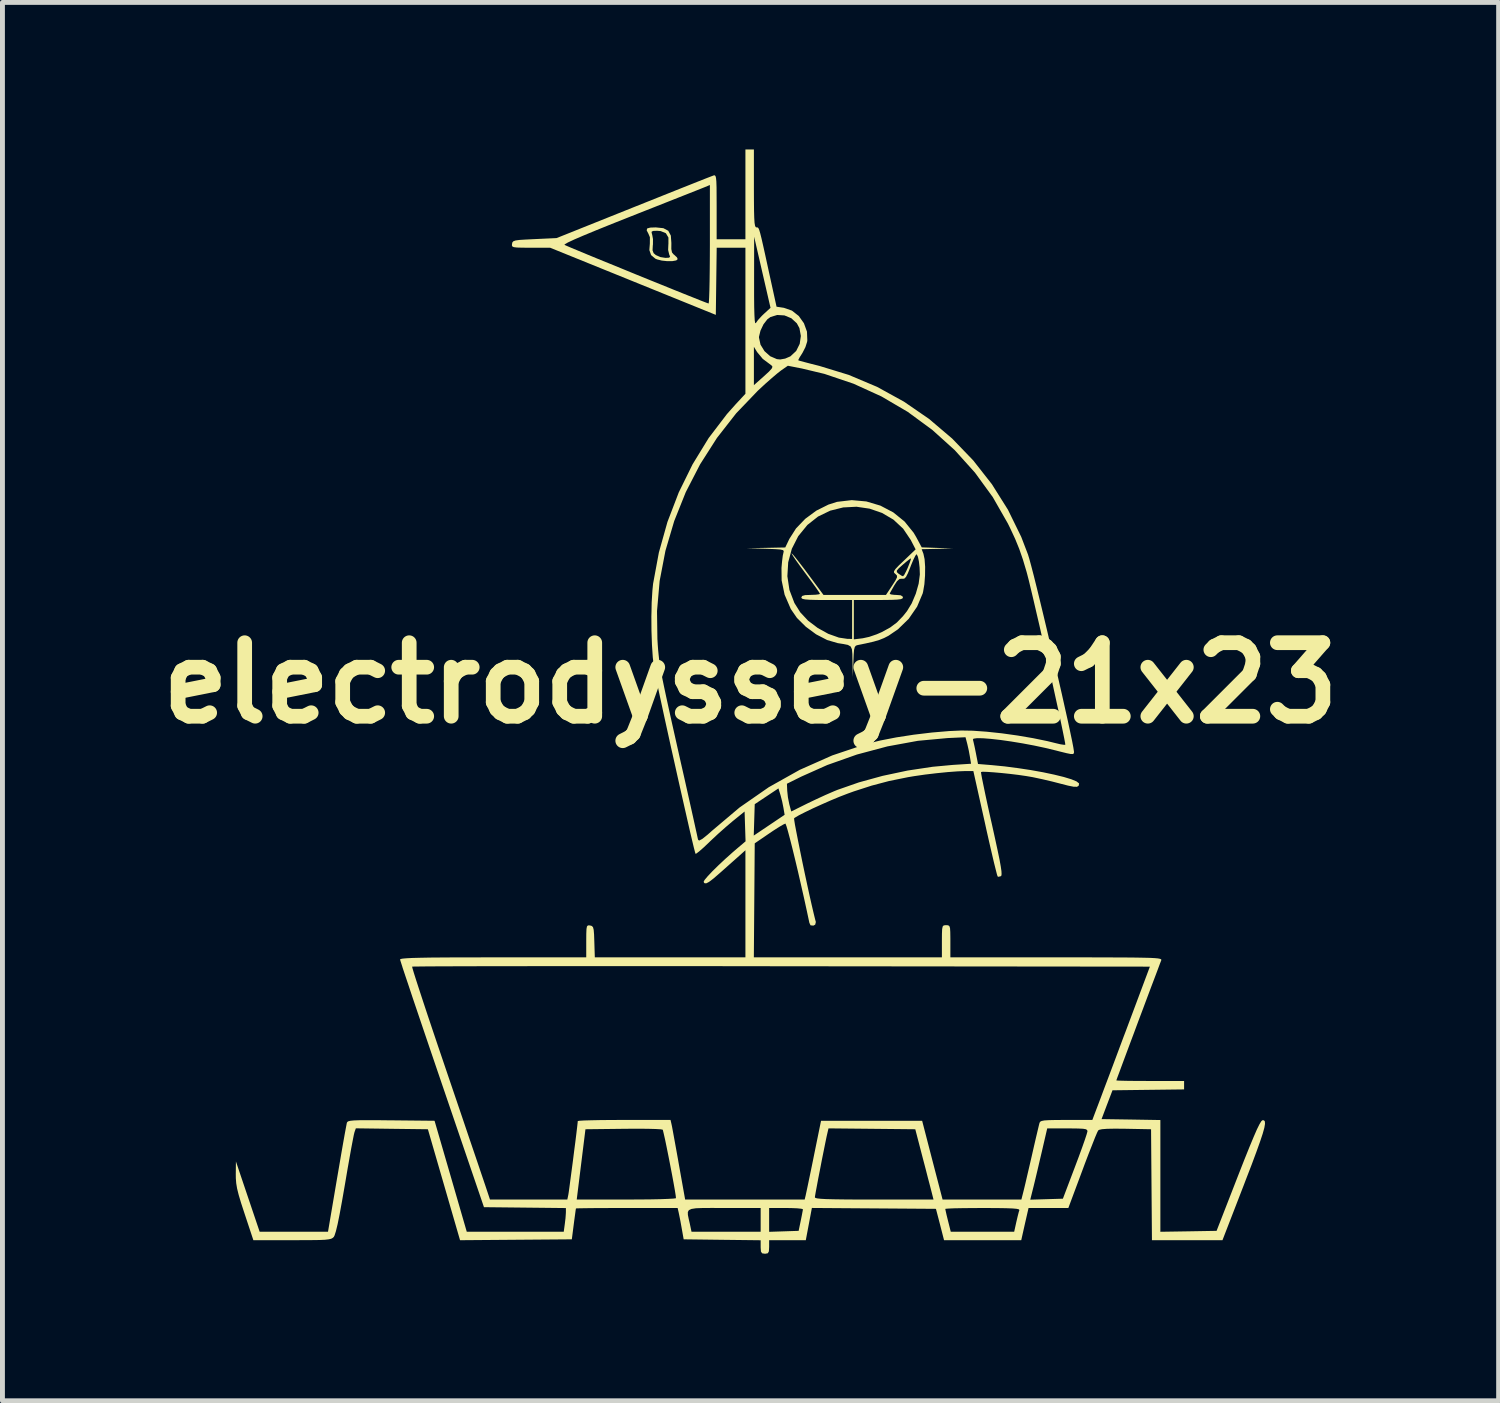
<source format=kicad_pcb>
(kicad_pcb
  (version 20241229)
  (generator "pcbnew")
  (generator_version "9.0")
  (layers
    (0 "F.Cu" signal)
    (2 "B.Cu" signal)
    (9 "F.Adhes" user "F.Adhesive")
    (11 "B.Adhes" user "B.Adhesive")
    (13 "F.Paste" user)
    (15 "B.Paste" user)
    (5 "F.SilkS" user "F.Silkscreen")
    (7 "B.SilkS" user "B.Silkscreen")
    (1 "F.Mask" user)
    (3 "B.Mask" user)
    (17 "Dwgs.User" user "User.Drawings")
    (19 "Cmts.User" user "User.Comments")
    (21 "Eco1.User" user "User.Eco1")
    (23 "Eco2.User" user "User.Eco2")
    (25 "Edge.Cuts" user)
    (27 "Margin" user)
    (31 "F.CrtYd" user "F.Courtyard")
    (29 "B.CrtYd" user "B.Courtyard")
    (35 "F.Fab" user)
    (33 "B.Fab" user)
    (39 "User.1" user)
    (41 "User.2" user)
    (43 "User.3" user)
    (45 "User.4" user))
  (footprint "electrodyssey-21x23"
    (layer "F.Cu")
    (at 12.264 10.886)
    (property "Reference" "electrodyssey-21x23" (at 0 0 0) (layer "F.SilkS") (effects (font (size 1.5 1.5) (thickness 0.3))))
    (attr board_only exclude_from_pos_files exclude_from_bom)
    (fp_poly (pts (xy -1.778 -9.28) (xy -1.678 -9.227) (xy -1.626 -9.129) (xy -1.615 -8.979) (xy -1.615 -8.971) (xy -1.616 -8.854) (xy -1.602 -8.785) (xy -1.567 -8.743) (xy -1.555 -8.735) (xy -1.501 -8.684) (xy -1.486 -8.648) (xy -1.516 -8.622) (xy -1.594 -8.608) (xy -1.699 -8.607) (xy -1.81 -8.619) (xy -1.907 -8.643) (xy -1.942 -8.658) (xy -2.029 -8.731) (xy -2.064 -8.833) (xy -2.054 -8.966) (xy -2.053 -9.096) (xy -2.085 -9.171) (xy -2.103 -9.205) (xy -2.02 -9.205) (xy -2.011 -9.16) (xy -2.006 -9.145) (xy -1.99 -9.057) (xy -1.991 -8.946) (xy -1.994 -8.925) (xy -1.999 -8.829) (xy -1.977 -8.77) (xy -1.931 -8.731) (xy -1.838 -8.69) (xy -1.736 -8.674) (xy -1.661 -8.678) (xy -1.641 -8.699) (xy -1.66 -8.746) (xy -1.681 -8.835) (xy -1.676 -8.954) (xy -1.675 -8.955) (xy -1.675 -9.089) (xy -1.727 -9.177) (xy -1.833 -9.221) (xy -1.905 -9.227) (xy -1.989 -9.224) (xy -2.02 -9.205) (xy -2.103 -9.205) (xy -2.119 -9.237) (xy -2.108 -9.275) (xy -2.045 -9.292) (xy -1.933 -9.296)) (stroke (width 0) (type solid)) (fill yes) (layer "F.SilkS"))
    (fp_poly (pts (xy 2.364 -3.704) (xy 2.65 -3.619) (xy 2.913 -3.481) (xy 3.143 -3.295) (xy 3.329 -3.065) (xy 3.383 -2.973) (xy 3.493 -2.767) (xy 3.811 -2.756) (xy 4.13 -2.744) (xy 3.811 -2.737) (xy 3.492 -2.73) (xy 3.528 -2.637) (xy 3.552 -2.526) (xy 3.563 -2.37) (xy 3.561 -2.193) (xy 3.548 -2.016) (xy 3.522 -1.864) (xy 3.513 -1.827) (xy 3.399 -1.557) (xy 3.228 -1.309) (xy 3.008 -1.095) (xy 2.816 -0.964) (xy 2.725 -0.917) (xy 2.628 -0.878) (xy 2.509 -0.843) (xy 2.351 -0.807) (xy 2.187 -0.774) (xy 2.151 -0.762) (xy 2.128 -0.735) (xy 2.113 -0.678) (xy 2.105 -0.577) (xy 2.099 -0.44) (xy 2.088 -0.121) (xy 2.081 -0.44) (xy 2.078 -0.591) (xy 2.069 -0.688) (xy 2.044 -0.744) (xy 1.99 -0.775) (xy 1.896 -0.795) (xy 1.78 -0.813) (xy 1.562 -0.877) (xy 1.338 -0.993) (xy 1.128 -1.148) (xy 0.947 -1.328) (xy 0.822 -1.509) (xy 0.696 -1.801) (xy 0.635 -2.093) (xy 0.634 -2.179) (xy 0.752 -2.179) (xy 0.794 -1.899) (xy 0.895 -1.633) (xy 1.015 -1.442) (xy 1.175 -1.271) (xy 1.372 -1.122) (xy 1.587 -1.003) (xy 1.803 -0.926) (xy 1.978 -0.9) (xy 2.073 -0.899) (xy 2.073 -1.296) (xy 2.073 -1.693) (xy 2.108 -1.693) (xy 2.108 -1.291) (xy 2.108 -0.89) (xy 2.289 -0.912) (xy 2.422 -0.941) (xy 2.574 -0.993) (xy 2.678 -1.038) (xy 2.851 -1.133) (xy 2.986 -1.234) (xy 3.11 -1.362) (xy 3.193 -1.466) (xy 3.29 -1.626) (xy 3.373 -1.823) (xy 3.431 -2.027) (xy 3.455 -2.211) (xy 3.455 -2.224) (xy 3.45 -2.357) (xy 3.436 -2.48) (xy 3.416 -2.575) (xy 3.393 -2.623) (xy 3.387 -2.626) (xy 3.363 -2.596) (xy 3.324 -2.517) (xy 3.276 -2.403) (xy 3.263 -2.368) (xy 3.211 -2.239) (xy 3.172 -2.163) (xy 3.137 -2.129) (xy 3.099 -2.126) (xy 3.094 -2.128) (xy 3.041 -2.123) (xy 2.988 -2.075) (xy 2.937 -1.997) (xy 2.885 -1.906) (xy 2.848 -1.84) (xy 2.84 -1.823) (xy 2.863 -1.807) (xy 2.934 -1.798) (xy 2.969 -1.797) (xy 3.066 -1.789) (xy 3.107 -1.761) (xy 3.11 -1.745) (xy 3.101 -1.725) (xy 3.066 -1.71) (xy 2.995 -1.701) (xy 2.88 -1.696) (xy 2.709 -1.694) (xy 2.609 -1.693) (xy 2.108 -1.693) (xy 2.073 -1.693) (xy 1.555 -1.693) (xy 1.352 -1.694) (xy 1.209 -1.698) (xy 1.115 -1.705) (xy 1.062 -1.716) (xy 1.04 -1.733) (xy 1.037 -1.745) (xy 1.054 -1.776) (xy 1.114 -1.793) (xy 1.227 -1.797) (xy 1.331 -1.801) (xy 1.4 -1.81) (xy 1.417 -1.82) (xy 1.397 -1.854) (xy 1.343 -1.933) (xy 1.262 -2.046) (xy 1.161 -2.183) (xy 1.12 -2.238) (xy 1.016 -2.379) (xy 0.929 -2.5) (xy 0.868 -2.59) (xy 0.839 -2.64) (xy 0.838 -2.646) (xy 0.862 -2.625) (xy 0.919 -2.556) (xy 1.002 -2.45) (xy 1.105 -2.316) (xy 1.17 -2.228) (xy 1.489 -1.797) (xy 2.126 -1.797) (xy 2.764 -1.797) (xy 2.891 -1.988) (xy 2.957 -2.091) (xy 2.988 -2.153) (xy 2.989 -2.19) (xy 2.963 -2.219) (xy 2.955 -2.225) (xy 2.929 -2.25) (xy 2.929 -2.262) (xy 2.986 -2.262) (xy 3.018 -2.232) (xy 3.022 -2.229) (xy 3.082 -2.189) (xy 3.112 -2.177) (xy 3.137 -2.206) (xy 3.177 -2.282) (xy 3.21 -2.355) (xy 3.249 -2.454) (xy 3.272 -2.523) (xy 3.275 -2.543) (xy 3.246 -2.527) (xy 3.181 -2.476) (xy 3.11 -2.416) (xy 3.025 -2.34) (xy 2.986 -2.294) (xy 2.986 -2.262) (xy 2.929 -2.262) (xy 2.928 -2.28) (xy 2.958 -2.326) (xy 3.026 -2.398) (xy 3.131 -2.498) (xy 3.369 -2.726) (xy 3.269 -2.919) (xy 3.114 -3.149) (xy 2.916 -3.333) (xy 2.685 -3.469) (xy 2.43 -3.557) (xy 2.162 -3.596) (xy 1.891 -3.582) (xy 1.626 -3.516) (xy 1.378 -3.396) (xy 1.161 -3.225) (xy 0.974 -2.996) (xy 0.843 -2.738) (xy 0.769 -2.463) (xy 0.752 -2.179) (xy 0.634 -2.179) (xy 0.632 -2.348) (xy 0.644 -2.483) (xy 0.658 -2.596) (xy 0.673 -2.664) (xy 0.674 -2.668) (xy 0.678 -2.694) (xy 0.659 -2.712) (xy 0.606 -2.724) (xy 0.509 -2.731) (xy 0.356 -2.737) (xy 0.306 -2.739) (xy -0.086 -2.75) (xy 0.312 -2.757) (xy 0.709 -2.765) (xy 0.792 -2.939) (xy 0.928 -3.153) (xy 1.117 -3.35) (xy 1.342 -3.516) (xy 1.59 -3.64) (xy 1.766 -3.696) (xy 2.066 -3.731)) (stroke (width 0) (type solid)) (fill yes) (layer "F.SilkS"))
    (fp_poly (pts (xy 0.069 -10.091) (xy 0.07 -9.832) (xy 0.072 -9.634) (xy 0.076 -9.49) (xy 0.082 -9.392) (xy 0.092 -9.332) (xy 0.105 -9.303) (xy 0.119 -9.296) (xy 0.136 -9.296) (xy 0.151 -9.292) (xy 0.165 -9.274) (xy 0.18 -9.237) (xy 0.199 -9.172) (xy 0.224 -9.072) (xy 0.257 -8.928) (xy 0.3 -8.734) (xy 0.355 -8.481) (xy 0.367 -8.426) (xy 0.531 -7.678) (xy 0.681 -7.655) (xy 0.845 -7.598) (xy 0.985 -7.488) (xy 1.09 -7.34) (xy 1.152 -7.169) (xy 1.159 -6.989) (xy 1.155 -6.962) (xy 1.12 -6.852) (xy 1.061 -6.737) (xy 1.048 -6.716) (xy 0.999 -6.639) (xy 0.975 -6.591) (xy 0.975 -6.584) (xy 1.01 -6.572) (xy 1.1 -6.548) (xy 1.23 -6.514) (xy 1.388 -6.474) (xy 1.401 -6.471) (xy 2.005 -6.286) (xy 2.583 -6.042) (xy 3.13 -5.741) (xy 3.643 -5.388) (xy 4.115 -4.987) (xy 4.544 -4.542) (xy 4.925 -4.056) (xy 5.253 -3.535) (xy 5.524 -2.981) (xy 5.662 -2.621) (xy 5.69 -2.529) (xy 5.73 -2.381) (xy 5.781 -2.185) (xy 5.84 -1.948) (xy 5.906 -1.678) (xy 5.977 -1.383) (xy 6.052 -1.069) (xy 6.128 -0.745) (xy 6.205 -0.418) (xy 6.279 -0.095) (xy 6.35 0.215) (xy 6.415 0.506) (xy 6.474 0.769) (xy 6.523 0.998) (xy 6.562 1.184) (xy 6.588 1.32) (xy 6.6 1.399) (xy 6.601 1.409) (xy 6.597 1.436) (xy 6.578 1.45) (xy 6.532 1.449) (xy 6.448 1.432) (xy 6.314 1.399) (xy 6.229 1.377) (xy 6.014 1.325) (xy 5.785 1.276) (xy 5.55 1.232) (xy 5.319 1.194) (xy 5.102 1.163) (xy 4.907 1.141) (xy 4.744 1.128) (xy 4.623 1.126) (xy 4.551 1.136) (xy 4.538 1.154) (xy 4.551 1.206) (xy 4.573 1.304) (xy 4.597 1.422) (xy 4.642 1.653) (xy 4.922 1.676) (xy 5.187 1.702) (xy 5.455 1.737) (xy 5.719 1.777) (xy 5.969 1.822) (xy 6.196 1.87) (xy 6.392 1.918) (xy 6.547 1.965) (xy 6.653 2.009) (xy 6.702 2.048) (xy 6.704 2.057) (xy 6.695 2.098) (xy 6.662 2.118) (xy 6.593 2.117) (xy 6.479 2.094) (xy 6.338 2.058) (xy 6.156 2.011) (xy 5.956 1.964) (xy 5.778 1.926) (xy 5.754 1.921) (xy 5.625 1.899) (xy 5.467 1.876) (xy 5.294 1.855) (xy 5.121 1.837) (xy 4.961 1.823) (xy 4.828 1.814) (xy 4.738 1.811) (xy 4.703 1.817) (xy 4.707 1.853) (xy 4.724 1.948) (xy 4.754 2.094) (xy 4.793 2.282) (xy 4.841 2.505) (xy 4.896 2.754) (xy 4.923 2.872) (xy 4.99 3.175) (xy 5.042 3.416) (xy 5.081 3.603) (xy 5.106 3.742) (xy 5.12 3.839) (xy 5.123 3.901) (xy 5.117 3.934) (xy 5.11 3.942) (xy 5.057 3.955) (xy 5.042 3.947) (xy 5.029 3.908) (xy 5.004 3.81) (xy 4.967 3.662) (xy 4.922 3.47) (xy 4.87 3.245) (xy 4.813 2.993) (xy 4.784 2.86) (xy 4.547 1.797) (xy 4.385 1.797) (xy 4.229 1.803) (xy 4.026 1.818) (xy 3.796 1.841) (xy 3.56 1.869) (xy 3.339 1.901) (xy 3.214 1.922) (xy 2.829 2) (xy 2.473 2.094) (xy 2.108 2.212) (xy 1.978 2.259) (xy 1.817 2.321) (xy 1.637 2.396) (xy 1.451 2.478) (xy 1.272 2.559) (xy 1.113 2.636) (xy 0.987 2.7) (xy 0.906 2.748) (xy 0.889 2.761) (xy 0.892 2.798) (xy 0.907 2.892) (xy 0.934 3.034) (xy 0.969 3.213) (xy 1.011 3.421) (xy 1.057 3.647) (xy 1.106 3.88) (xy 1.156 4.113) (xy 1.204 4.333) (xy 1.249 4.532) (xy 1.288 4.699) (xy 1.319 4.825) (xy 1.333 4.877) (xy 1.32 4.931) (xy 1.283 4.951) (xy 1.225 4.945) (xy 1.201 4.894) (xy 1.147 4.641) (xy 1.089 4.376) (xy 1.028 4.108) (xy 0.968 3.846) (xy 0.909 3.598) (xy 0.854 3.373) (xy 0.805 3.18) (xy 0.764 3.026) (xy 0.733 2.92) (xy 0.714 2.871) (xy 0.711 2.869) (xy 0.669 2.888) (xy 0.583 2.938) (xy 0.469 3.011) (xy 0.38 3.071) (xy 0.086 3.272) (xy 0.077 4.435) (xy 0.068 5.598) (xy 1.987 5.598) (xy 3.905 5.598) (xy 3.905 5.27) (xy 3.906 5.118) (xy 3.91 5.022) (xy 3.921 4.969) (xy 3.942 4.947) (xy 3.977 4.942) (xy 3.991 4.942) (xy 4.031 4.944) (xy 4.057 4.96) (xy 4.071 5.001) (xy 4.076 5.082) (xy 4.078 5.215) (xy 4.078 5.27) (xy 4.078 5.598) (xy 6.241 5.598) (xy 6.682 5.598) (xy 7.058 5.599) (xy 7.375 5.6) (xy 7.638 5.601) (xy 7.852 5.603) (xy 8.021 5.606) (xy 8.151 5.609) (xy 8.246 5.614) (xy 8.312 5.62) (xy 8.354 5.628) (xy 8.376 5.637) (xy 8.383 5.647) (xy 8.381 5.659) (xy 8.354 5.728) (xy 8.309 5.849) (xy 8.248 6.011) (xy 8.174 6.206) (xy 8.091 6.427) (xy 8.003 6.663) (xy 7.911 6.907) (xy 7.821 7.15) (xy 7.733 7.384) (xy 7.653 7.599) (xy 7.583 7.787) (xy 7.527 7.939) (xy 7.486 8.048) (xy 7.466 8.104) (xy 7.464 8.109) (xy 7.497 8.113) (xy 7.589 8.116) (xy 7.729 8.119) (xy 7.907 8.12) (xy 8.113 8.121) (xy 8.156 8.121) (xy 8.847 8.121) (xy 8.847 8.207) (xy 8.847 8.293) (xy 8.116 8.302) (xy 7.386 8.311) (xy 7.274 8.605) (xy 7.163 8.899) (xy 7.763 8.908) (xy 8.363 8.918) (xy 8.363 10.058) (xy 8.363 11.198) (xy 8.936 11.189) (xy 9.51 11.179) (xy 9.947 10.057) (xy 10.074 9.733) (xy 10.18 9.47) (xy 10.266 9.263) (xy 10.333 9.109) (xy 10.385 9.004) (xy 10.422 8.943) (xy 10.445 8.922) (xy 10.477 8.924) (xy 10.495 8.947) (xy 10.498 8.996) (xy 10.484 9.078) (xy 10.451 9.196) (xy 10.398 9.356) (xy 10.324 9.563) (xy 10.228 9.822) (xy 10.106 10.138) (xy 10.068 10.238) (xy 9.63 11.37) (xy 8.911 11.37) (xy 8.191 11.37) (xy 8.182 10.238) (xy 8.173 9.106) (xy 7.651 9.096) (xy 7.433 9.094) (xy 7.276 9.097) (xy 7.172 9.105) (xy 7.113 9.118) (xy 7.094 9.131) (xy 7.072 9.175) (xy 7.03 9.274) (xy 6.973 9.419) (xy 6.902 9.599) (xy 6.823 9.806) (xy 6.772 9.944) (xy 6.485 10.713) (xy 6.079 10.713) (xy 5.673 10.713) (xy 5.598 11.041) (xy 5.524 11.37) (xy 4.736 11.37) (xy 3.949 11.37) (xy 3.867 11.05) (xy 3.784 10.732) (xy 3.974 10.732) (xy 3.982 10.772) (xy 4.002 10.861) (xy 4.03 10.974) (xy 4.086 11.197) (xy 4.733 11.197) (xy 5.38 11.197) (xy 5.424 10.998) (xy 5.451 10.883) (xy 5.474 10.793) (xy 5.486 10.756) (xy 5.477 10.741) (xy 5.433 10.73) (xy 5.348 10.722) (xy 5.215 10.717) (xy 5.027 10.714) (xy 4.777 10.713) (xy 4.738 10.713) (xy 4.517 10.714) (xy 4.32 10.716) (xy 4.159 10.719) (xy 4.043 10.724) (xy 3.981 10.729) (xy 3.974 10.732) (xy 3.784 10.732) (xy 3.784 10.73) (xy 2.518 10.721) (xy 1.252 10.712) (xy 1.19 11.041) (xy 1.128 11.37) (xy 0.754 11.37) (xy 0.38 11.37) (xy 0.38 11.508) (xy 0.375 11.597) (xy 0.353 11.636) (xy 0.301 11.646) (xy 0.294 11.646) (xy 0.238 11.638) (xy 0.213 11.603) (xy 0.207 11.519) (xy 0.207 11.508) (xy 0.207 11.371) (xy -0.578 11.362) (xy -1.364 11.352) (xy -1.407 11.11) (xy -1.431 10.977) (xy -1.454 10.862) (xy -1.468 10.795) (xy -1.279 10.795) (xy -1.278 10.853) (xy -1.262 10.932) (xy -1.241 11.022) (xy -1.204 11.197) (xy -0.498 11.197) (xy 0.207 11.197) (xy 0.207 10.956) (xy 0.38 10.956) (xy 0.38 11.199) (xy 0.681 11.189) (xy 0.982 11.179) (xy 1.025 10.972) (xy 1.048 10.858) (xy 1.064 10.773) (xy 1.07 10.739) (xy 1.038 10.728) (xy 0.952 10.719) (xy 0.826 10.714) (xy 0.726 10.713) (xy 0.38 10.713) (xy 0.38 10.956) (xy 0.207 10.956) (xy 0.207 10.955) (xy 0.207 10.713) (xy -0.536 10.713) (xy -0.787 10.712) (xy -0.977 10.713) (xy -1.114 10.718) (xy -1.204 10.732) (xy -1.257 10.756) (xy -1.279 10.795) (xy -1.468 10.795) (xy -1.469 10.791) (xy -1.487 10.713) (xy -2.523 10.713) (xy -2.783 10.713) (xy -3.019 10.714) (xy -3.223 10.715) (xy -3.387 10.717) (xy -3.501 10.719) (xy -3.558 10.721) (xy -3.562 10.722) (xy -3.568 10.757) (xy -3.58 10.846) (xy -3.597 10.971) (xy -3.606 11.041) (xy -3.646 11.352) (xy -4.786 11.361) (xy -5.927 11.37) (xy -6.255 10.238) (xy -6.583 9.106) (xy -7.318 9.097) (xy -8.053 9.087) (xy -8.081 9.166) (xy -8.094 9.219) (xy -8.116 9.331) (xy -8.147 9.493) (xy -8.183 9.695) (xy -8.224 9.927) (xy -8.267 10.181) (xy -8.277 10.24) (xy -8.335 10.572) (xy -8.384 10.839) (xy -8.425 11.043) (xy -8.46 11.187) (xy -8.488 11.274) (xy -8.503 11.303) (xy -8.526 11.324) (xy -8.558 11.341) (xy -8.608 11.352) (xy -8.684 11.361) (xy -8.797 11.366) (xy -8.955 11.368) (xy -9.167 11.369) (xy -9.353 11.37) (xy -10.144 11.37) (xy -10.325 10.824) (xy -10.395 10.61) (xy -10.444 10.445) (xy -10.476 10.316) (xy -10.494 10.208) (xy -10.502 10.105) (xy -10.503 10.021) (xy -10.5 9.763) (xy -10.258 10.48) (xy -10.016 11.197) (xy -9.319 11.197) (xy -8.621 11.197) (xy -8.438 10.117) (xy -8.392 9.85) (xy -8.35 9.603) (xy -8.312 9.385) (xy -8.28 9.205) (xy -8.255 9.071) (xy -8.24 8.992) (xy -8.237 8.976) (xy -8.227 8.957) (xy -8.205 8.943) (xy -8.163 8.933) (xy -8.092 8.926) (xy -7.985 8.922) (xy -7.834 8.921) (xy -7.63 8.921) (xy -7.366 8.924) (xy -7.333 8.924) (xy -6.447 8.933) (xy -6.118 10.065) (xy -5.79 11.197) (xy -4.801 11.197) (xy -3.811 11.197) (xy -3.789 11.036) (xy -3.775 10.92) (xy -3.768 10.82) (xy -3.767 10.795) (xy -3.767 10.714) (xy -4.603 10.705) (xy -5.439 10.696) (xy -5.491 10.543) (xy 5.708 10.543) (xy 6.041 10.533) (xy 6.374 10.523) (xy 6.623 9.866) (xy 6.699 9.664) (xy 6.766 9.48) (xy 6.82 9.327) (xy 6.857 9.215) (xy 6.874 9.154) (xy 6.875 9.149) (xy 6.869 9.123) (xy 6.844 9.106) (xy 6.786 9.096) (xy 6.686 9.091) (xy 6.532 9.089) (xy 6.465 9.089) (xy 6.054 9.089) (xy 5.944 9.564) (xy 5.897 9.763) (xy 5.85 9.964) (xy 5.807 10.144) (xy 5.774 10.28) (xy 5.771 10.291) (xy 5.708 10.543) (xy -5.491 10.543) (xy -6.294 8.19) (xy -6.43 7.791) (xy -6.56 7.409) (xy -6.681 7.052) (xy -6.792 6.724) (xy -6.892 6.429) (xy -6.977 6.173) (xy -7.048 5.962) (xy -7.102 5.8) (xy -7.105 5.788) (xy -6.905 5.788) (xy -6.897 5.823) (xy -6.869 5.917) (xy -6.822 6.066) (xy -6.758 6.263) (xy -6.679 6.504) (xy -6.587 6.782) (xy -6.483 7.092) (xy -6.37 7.428) (xy -6.249 7.784) (xy -6.225 7.855) (xy -6.099 8.226) (xy -5.977 8.585) (xy -5.861 8.927) (xy -5.754 9.244) (xy -5.657 9.529) (xy -5.573 9.776) (xy -5.505 9.978) (xy -5.454 10.128) (xy -5.423 10.22) (xy -5.422 10.222) (xy -5.316 10.54) (xy -4.527 10.54) (xy -3.738 10.54) (xy -3.546 10.54) (xy -2.533 10.54) (xy -2.277 10.539) (xy -2.044 10.537) (xy -1.844 10.533) (xy -1.685 10.527) (xy -1.575 10.521) (xy -1.523 10.514) (xy -1.521 10.512) (xy -1.527 10.456) (xy -1.544 10.349) (xy -1.57 10.202) (xy -1.602 10.029) (xy -1.638 9.841) (xy -1.675 9.652) (xy -1.711 9.473) (xy -1.743 9.318) (xy -1.77 9.199) (xy -1.787 9.128) (xy -1.793 9.114) (xy -1.834 9.107) (xy -1.933 9.101) (xy -2.082 9.097) (xy -2.268 9.095) (xy -2.483 9.096) (xy -2.594 9.097) (xy -3.368 9.106) (xy -3.457 9.823) (xy -3.546 10.54) (xy -3.738 10.54) (xy -3.718 10.445) (xy -3.709 10.389) (xy -3.694 10.28) (xy -3.674 10.129) (xy -3.65 9.948) (xy -3.624 9.752) (xy -3.599 9.552) (xy -3.574 9.361) (xy -3.553 9.191) (xy -3.537 9.056) (xy -3.527 8.967) (xy -3.525 8.939) (xy -3.492 8.933) (xy -3.398 8.927) (xy -3.254 8.923) (xy -3.066 8.919) (xy -2.845 8.917) (xy -2.599 8.916) (xy -2.578 8.916) (xy -1.632 8.916) (xy -1.614 8.994) (xy -1.602 9.05) (xy -1.581 9.163) (xy -1.552 9.322) (xy -1.517 9.514) (xy -1.478 9.731) (xy -1.465 9.806) (xy -1.334 10.54) (xy -0.115 10.54) (xy 1.105 10.54) (xy 1.116 10.494) (xy 1.313 10.494) (xy 1.324 10.507) (xy 1.362 10.517) (xy 1.433 10.525) (xy 1.542 10.531) (xy 1.695 10.535) (xy 1.899 10.538) (xy 2.16 10.54) (xy 2.482 10.54) (xy 2.523 10.54) (xy 3.734 10.54) (xy 3.71 10.446) (xy 3.694 10.383) (xy 3.664 10.266) (xy 3.622 10.107) (xy 3.574 9.919) (xy 3.524 9.729) (xy 3.362 9.106) (xy 2.477 9.097) (xy 1.591 9.088) (xy 1.573 9.166) (xy 1.553 9.253) (xy 1.526 9.384) (xy 1.493 9.548) (xy 1.456 9.731) (xy 1.42 9.919) (xy 1.384 10.1) (xy 1.354 10.262) (xy 1.33 10.39) (xy 1.316 10.472) (xy 1.313 10.494) (xy 1.116 10.494) (xy 1.124 10.462) (xy 1.136 10.406) (xy 1.16 10.294) (xy 1.193 10.136) (xy 1.233 9.944) (xy 1.277 9.729) (xy 1.291 9.659) (xy 1.439 8.933) (xy 2.471 8.933) (xy 3.502 8.933) (xy 3.71 9.737) (xy 3.919 10.54) (xy 4.723 10.54) (xy 5.527 10.54) (xy 5.56 10.411) (xy 5.579 10.335) (xy 5.61 10.206) (xy 5.649 10.037) (xy 5.695 9.841) (xy 5.737 9.659) (xy 5.783 9.457) (xy 5.825 9.276) (xy 5.86 9.128) (xy 5.885 9.023) (xy 5.897 8.976) (xy 5.91 8.953) (xy 5.94 8.937) (xy 5.997 8.926) (xy 6.092 8.92) (xy 6.235 8.917) (xy 6.437 8.916) (xy 6.444 8.916) (xy 6.975 8.916) (xy 7.063 8.683) (xy 7.095 8.599) (xy 7.148 8.459) (xy 7.218 8.271) (xy 7.304 8.044) (xy 7.401 7.786) (xy 7.506 7.505) (xy 7.616 7.21) (xy 7.651 7.119) (xy 8.149 5.788) (xy 0.63 5.78) (xy -0.086 5.779) (xy -0.783 5.778) (xy -1.459 5.778) (xy -2.111 5.778) (xy -2.734 5.778) (xy -3.327 5.778) (xy -3.885 5.778) (xy -4.407 5.778) (xy -4.888 5.779) (xy -5.325 5.779) (xy -5.716 5.78) (xy -6.057 5.781) (xy -6.345 5.782) (xy -6.577 5.783) (xy -6.749 5.785) (xy -6.86 5.786) (xy -6.904 5.788) (xy -6.905 5.788) (xy -7.105 5.788) (xy -7.136 5.692) (xy -7.151 5.643) (xy -7.151 5.642) (xy -7.138 5.632) (xy -7.096 5.624) (xy -7.018 5.617) (xy -6.902 5.611) (xy -6.743 5.607) (xy -6.536 5.603) (xy -6.277 5.601) (xy -5.96 5.599) (xy -5.583 5.599) (xy -5.253 5.598) (xy -3.352 5.598) (xy -3.352 5.268) (xy -3.351 5.115) (xy -3.347 5.019) (xy -3.337 4.967) (xy -3.317 4.947) (xy -3.284 4.947) (xy -3.274 4.948) (xy -3.238 4.958) (xy -3.214 4.983) (xy -3.2 5.037) (xy -3.192 5.134) (xy -3.187 5.279) (xy -3.177 5.598) (xy -1.64 5.598) (xy -0.104 5.598) (xy -0.104 4.506) (xy -0.104 3.413) (xy -0.234 3.53) (xy -0.32 3.606) (xy -0.437 3.71) (xy -0.565 3.824) (xy -0.617 3.87) (xy -0.752 3.987) (xy -0.845 4.058) (xy -0.906 4.089) (xy -0.942 4.084) (xy -0.957 4.058) (xy -0.938 4.02) (xy -0.875 3.945) (xy -0.778 3.842) (xy -0.654 3.72) (xy -0.513 3.588) (xy -0.362 3.453) (xy -0.284 3.386) (xy -0.101 3.231) (xy -0.105 3.114) (xy 0.066 3.114) (xy 0.381 2.902) (xy 0.696 2.69) (xy 0.672 2.548) (xy 0.646 2.418) (xy 0.613 2.291) (xy 0.609 2.278) (xy 0.57 2.151) (xy 0.328 2.312) (xy 0.086 2.473) (xy 0.076 2.793) (xy 0.066 3.114) (xy -0.105 3.114) (xy -0.111 2.927) (xy -0.121 2.623) (xy -0.363 2.819) (xy -0.503 2.938) (xy -0.663 3.08) (xy -0.814 3.221) (xy -0.854 3.26) (xy -0.96 3.36) (xy -1.048 3.437) (xy -1.105 3.48) (xy -1.122 3.486) (xy -1.133 3.449) (xy -1.158 3.352) (xy -1.194 3.202) (xy -1.24 3.007) (xy -1.293 2.774) (xy -1.353 2.51) (xy -1.418 2.223) (xy -1.486 1.921) (xy -1.555 1.611) (xy -1.625 1.3) (xy -1.692 0.995) (xy -1.756 0.704) (xy -1.814 0.435) (xy -1.866 0.195) (xy -1.909 -0.01) (xy -1.942 -0.17) (xy -1.963 -0.279) (xy -1.969 -0.311) (xy -1.994 -0.522) (xy -2.011 -0.78) (xy -2.021 -1.066) (xy -2.023 -1.36) (xy -2.02 -1.466) (xy -1.908 -1.466) (xy -1.9 -0.899) (xy -1.893 -0.78) (xy -1.885 -0.674) (xy -1.875 -0.574) (xy -1.864 -0.474) (xy -1.848 -0.365) (xy -1.828 -0.243) (xy -1.801 -0.101) (xy -1.766 0.068) (xy -1.723 0.271) (xy -1.67 0.514) (xy -1.606 0.803) (xy -1.529 1.146) (xy -1.439 1.548) (xy -1.42 1.632) (xy -1.348 1.949) (xy -1.282 2.244) (xy -1.222 2.512) (xy -1.17 2.745) (xy -1.128 2.936) (xy -1.096 3.08) (xy -1.077 3.169) (xy -1.071 3.196) (xy -1.049 3.216) (xy -0.984 3.182) (xy -0.874 3.094) (xy -0.785 3.015) (xy -0.224 2.541) (xy 0.372 2.127) (xy 0.498 2.056) (xy 0.743 2.056) (xy 0.749 2.199) (xy 0.763 2.332) (xy 0.79 2.468) (xy 0.793 2.481) (xy 0.831 2.622) (xy 1.167 2.455) (xy 1.343 2.371) (xy 1.532 2.284) (xy 1.705 2.209) (xy 1.774 2.181) (xy 2.212 2.028) (xy 2.696 1.895) (xy 3.204 1.787) (xy 3.715 1.71) (xy 4.125 1.672) (xy 4.5 1.648) (xy 4.477 1.507) (xy 4.453 1.376) (xy 4.424 1.248) (xy 4.421 1.236) (xy 4.387 1.107) (xy 4.021 1.124) (xy 3.415 1.18) (xy 2.793 1.294) (xy 2.171 1.46) (xy 1.566 1.674) (xy 1.037 1.91) (xy 0.743 2.056) (xy 0.498 2.056) (xy 1.003 1.773) (xy 1.668 1.478) (xy 2.367 1.243) (xy 2.647 1.174) (xy 2.976 1.11) (xy 3.333 1.055) (xy 3.7 1.011) (xy 4.055 0.981) (xy 4.302 0.97) (xy 4.535 0.974) (xy 4.816 0.994) (xy 5.127 1.027) (xy 5.449 1.072) (xy 5.765 1.126) (xy 6.056 1.186) (xy 6.219 1.226) (xy 6.324 1.251) (xy 6.399 1.262) (xy 6.423 1.261) (xy 6.419 1.224) (xy 6.401 1.129) (xy 6.371 0.981) (xy 6.331 0.788) (xy 6.282 0.559) (xy 6.225 0.3) (xy 6.164 0.02) (xy 6.098 -0.274) (xy 6.031 -0.575) (xy 5.963 -0.874) (xy 5.897 -1.165) (xy 5.833 -1.439) (xy 5.775 -1.689) (xy 5.723 -1.908) (xy 5.68 -2.087) (xy 5.646 -2.219) (xy 5.634 -2.264) (xy 5.558 -2.519) (xy 5.483 -2.736) (xy 5.399 -2.942) (xy 5.294 -3.167) (xy 5.25 -3.256) (xy 4.943 -3.793) (xy 4.58 -4.292) (xy 4.167 -4.751) (xy 3.708 -5.165) (xy 3.208 -5.532) (xy 2.671 -5.847) (xy 2.103 -6.106) (xy 1.508 -6.307) (xy 1.048 -6.417) (xy 0.762 -6.473) (xy 0.625 -6.378) (xy 0.548 -6.318) (xy 0.436 -6.223) (xy 0.302 -6.105) (xy 0.163 -5.976) (xy 0.149 -5.963) (xy -0.292 -5.503) (xy -0.685 -5) (xy -1.029 -4.461) (xy -1.321 -3.894) (xy -1.557 -3.304) (xy -1.736 -2.698) (xy -1.854 -2.083) (xy -1.908 -1.466) (xy -2.02 -1.466) (xy -2.017 -1.639) (xy -2.002 -1.885) (xy -1.988 -2.025) (xy -1.87 -2.662) (xy -1.695 -3.286) (xy -1.464 -3.889) (xy -1.182 -4.462) (xy -0.854 -4.998) (xy -0.481 -5.487) (xy -0.302 -5.688) (xy -0.104 -5.901) (xy -0.104 -6.077) (xy 0.069 -6.077) (xy 0.276 -6.261) (xy 0.378 -6.355) (xy 0.433 -6.416) (xy 0.448 -6.453) (xy 0.43 -6.478) (xy 0.428 -6.48) (xy 0.25 -6.613) (xy 0.134 -6.753) (xy 0.069 -6.86) (xy 0.069 -6.469) (xy 0.069 -6.077) (xy -0.104 -6.077) (xy -0.104 -7.047) (xy 0.173 -7.047) (xy 0.204 -6.903) (xy 0.285 -6.771) (xy 0.402 -6.667) (xy 0.538 -6.608) (xy 0.605 -6.601) (xy 0.707 -6.619) (xy 0.812 -6.664) (xy 0.815 -6.666) (xy 0.932 -6.775) (xy 1.004 -6.92) (xy 1.027 -7.081) (xy 0.998 -7.241) (xy 0.945 -7.339) (xy 0.833 -7.442) (xy 0.693 -7.5) (xy 0.545 -7.509) (xy 0.407 -7.467) (xy 0.344 -7.421) (xy 0.265 -7.319) (xy 0.203 -7.189) (xy 0.173 -7.064) (xy 0.173 -7.047) (xy -0.104 -7.047) (xy -0.104 -7.391) (xy -0.104 -8.19) (xy 0.073 -8.19) (xy 0.073 -7.898) (xy 0.075 -7.672) (xy 0.08 -7.507) (xy 0.086 -7.399) (xy 0.095 -7.345) (xy 0.106 -7.341) (xy 0.108 -7.344) (xy 0.154 -7.407) (xy 0.231 -7.491) (xy 0.276 -7.534) (xy 0.408 -7.655) (xy 0.241 -8.38) (xy 0.074 -9.106) (xy 0.073 -8.19) (xy -0.104 -8.19) (xy -0.104 -8.881) (xy -0.397 -8.881) (xy -0.69 -8.881) (xy -0.699 -8.196) (xy -0.708 -7.511) (xy -2.398 -8.196) (xy -4.088 -8.881) (xy -4.483 -8.881) (xy -4.652 -8.882) (xy -4.764 -8.885) (xy -4.83 -8.893) (xy -4.861 -8.908) (xy -4.869 -8.932) (xy -4.868 -8.94) (xy -3.796 -8.94) (xy -3.755 -8.921) (xy -3.659 -8.88) (xy -3.515 -8.82) (xy -3.33 -8.743) (xy -3.114 -8.654) (xy -2.873 -8.556) (xy -2.616 -8.451) (xy -2.351 -8.342) (xy -2.085 -8.234) (xy -1.825 -8.129) (xy -1.581 -8.03) (xy -1.36 -7.941) (xy -1.169 -7.865) (xy -1.017 -7.804) (xy -0.911 -7.763) (xy -0.859 -7.744) (xy -0.855 -7.743) (xy -0.849 -7.776) (xy -0.844 -7.87) (xy -0.839 -8.017) (xy -0.835 -8.211) (xy -0.832 -8.442) (xy -0.83 -8.703) (xy -0.829 -8.951) (xy -0.829 -10.161) (xy -0.942 -10.114) (xy -0.997 -10.092) (xy -1.11 -10.047) (xy -1.272 -9.983) (xy -1.477 -9.902) (xy -1.717 -9.807) (xy -1.985 -9.701) (xy -2.274 -9.587) (xy -2.448 -9.518) (xy -2.831 -9.366) (xy -3.15 -9.237) (xy -3.406 -9.131) (xy -3.599 -9.048) (xy -3.727 -8.988) (xy -3.79 -8.951) (xy -3.796 -8.94) (xy -4.868 -8.94) (xy -4.866 -8.959) (xy -4.859 -8.991) (xy -4.839 -9.013) (xy -4.795 -9.029) (xy -4.716 -9.04) (xy -4.59 -9.048) (xy -4.407 -9.057) (xy -4.406 -9.057) (xy -3.957 -9.078) (xy -2.384 -9.708) (xy -2.071 -9.833) (xy -1.776 -9.951) (xy -1.506 -10.059) (xy -1.267 -10.154) (xy -1.066 -10.234) (xy -0.909 -10.296) (xy -0.803 -10.337) (xy -0.753 -10.356) (xy -0.752 -10.357) (xy -0.731 -10.359) (xy -0.715 -10.344) (xy -0.704 -10.305) (xy -0.697 -10.231) (xy -0.693 -10.115) (xy -0.692 -9.947) (xy -0.691 -9.719) (xy -0.691 -9.715) (xy -0.691 -9.054) (xy -0.397 -9.054) (xy -0.104 -9.054) (xy -0.104 -9.97) (xy -0.104 -10.886) (xy -0.017 -10.886) (xy 0.069 -10.886)) (stroke (width 0) (type solid)) (fill yes) (layer "F.SilkS")))
  (gr_rect
    (start -3 -3)
    (end 27.529 25.532)
    (stroke (width 0.1) (type default))
    (fill no)
    (layer "Edge.Cuts")))
</source>
